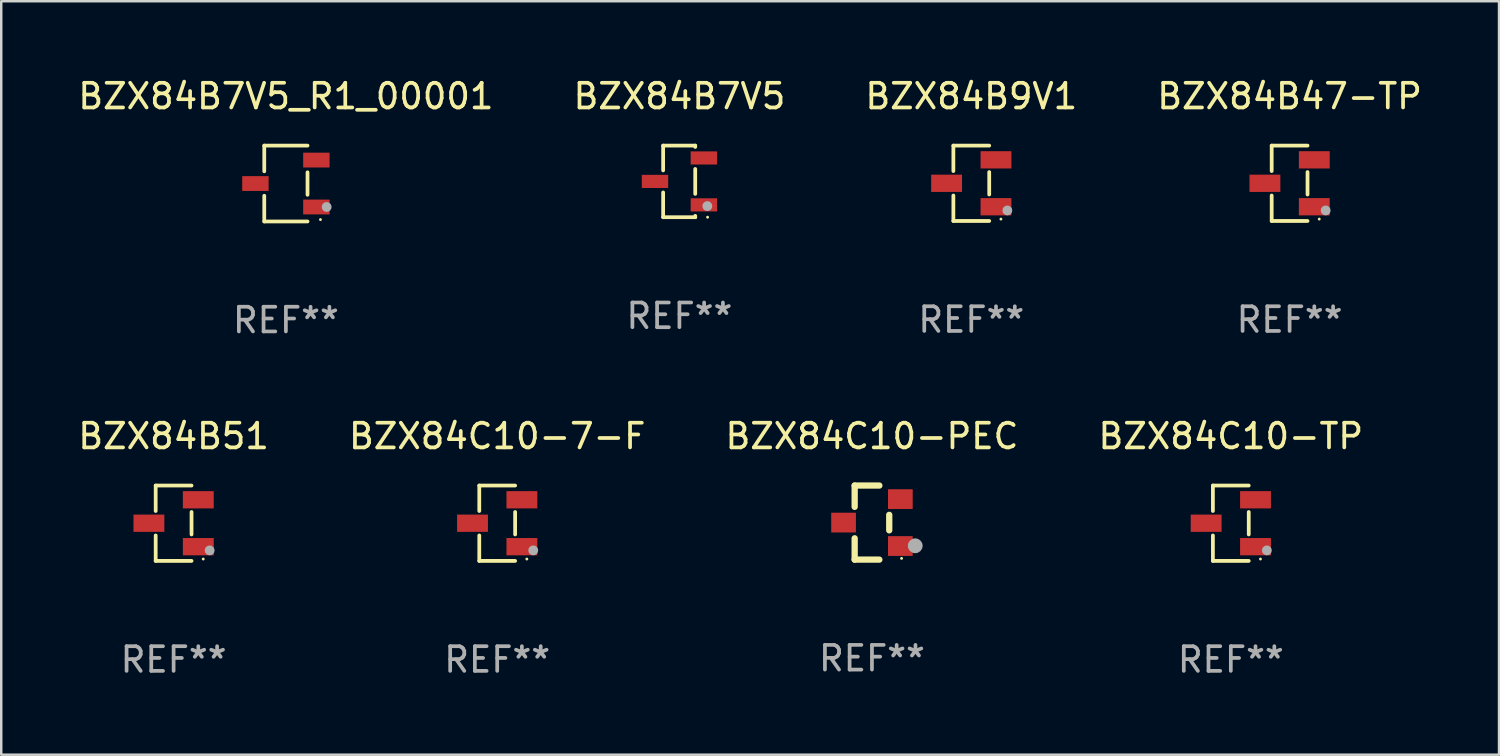
<source format=kicad_pcb>
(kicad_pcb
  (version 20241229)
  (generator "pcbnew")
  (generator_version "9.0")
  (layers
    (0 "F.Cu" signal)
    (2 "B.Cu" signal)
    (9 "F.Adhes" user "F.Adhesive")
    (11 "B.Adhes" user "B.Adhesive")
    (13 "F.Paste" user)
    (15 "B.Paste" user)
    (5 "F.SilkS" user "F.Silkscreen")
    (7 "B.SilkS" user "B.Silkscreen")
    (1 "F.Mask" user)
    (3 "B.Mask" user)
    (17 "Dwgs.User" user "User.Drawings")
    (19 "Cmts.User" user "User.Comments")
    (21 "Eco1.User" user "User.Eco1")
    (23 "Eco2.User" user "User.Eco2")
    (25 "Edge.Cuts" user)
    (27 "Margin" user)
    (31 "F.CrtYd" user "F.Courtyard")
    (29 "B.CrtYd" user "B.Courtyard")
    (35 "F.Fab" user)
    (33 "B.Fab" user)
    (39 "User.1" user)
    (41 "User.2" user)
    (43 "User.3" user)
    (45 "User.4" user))
  (footprint "BZX84B7V5_R1_00001"
    (layer "F.Cu")
    (at 8.53 4.384)
    (property "Reference" "BZX84B7V5_R1_00001" (at 0 -3.536 0) (layer "F.SilkS") (effects (font (size 1 1) (thickness 0.15))))
    (attr through_hole)
    (fp_line (start -0.876 -1.536) (end -0.876 -0.495) (stroke (width 0.152) (type solid)) (layer "F.SilkS"))
    (fp_line (start -0.876 1.536) (end -0.876 0.495) (stroke (width 0.152) (type solid)) (layer "F.SilkS"))
    (fp_line (start 0.876 -1.536) (end -0.876 -1.536) (stroke (width 0.152) (type solid)) (layer "F.SilkS"))
    (fp_line (start 0.876 -0.455) (end 0.876 0.455) (stroke (width 0.152) (type solid)) (layer "F.SilkS"))
    (fp_line (start 0.876 1.536) (end -0.876 1.536) (stroke (width 0.152) (type solid)) (layer "F.SilkS"))
    (fp_circle (center 1.4 1.46) (end 1.43 1.46) (stroke (width 0.06) (type solid)) (fill no) (layer "F.SilkS"))
    (fp_circle (center 1.651 0.95) (end 1.751 0.95) (stroke (width 0.2) (type solid)) (fill no) (layer "F.Fab"))
    (fp_text user "REF**" (at 0 5.536 0) (layer "F.Fab") (effects (font (size 1 1) (thickness 0.15))))
    (pad "1" smd rect (at 1.235 0.95) (size 1.07 0.6) (layers "F.Cu" "F.Mask" "F.Paste"))
    (pad "2" smd rect (at 1.235 -0.95) (size 1.07 0.6) (layers "F.Cu" "F.Mask" "F.Paste"))
    (pad "3" smd rect (at -1.235 0) (size 1.07 0.6) (layers "F.Cu" "F.Mask" "F.Paste")))
  (footprint "BZX84B9V1"
    (layer "F.Cu")
    (at 36.292 4.374)
    (property "Reference" "BZX84B9V1" (at 0 -3.526 0) (layer "F.SilkS") (effects (font (size 1 1) (thickness 0.15))))
    (attr through_hole)
    (fp_line (start -0.726 -1.526) (end -0.726 -0.495) (stroke (width 0.152) (type solid)) (layer "F.SilkS"))
    (fp_line (start -0.726 1.526) (end -0.726 0.495) (stroke (width 0.152) (type solid)) (layer "F.SilkS"))
    (fp_line (start 0.726 -1.526) (end -0.726 -1.526) (stroke (width 0.152) (type solid)) (layer "F.SilkS"))
    (fp_line (start 0.726 -0.455) (end 0.726 0.455) (stroke (width 0.152) (type solid)) (layer "F.SilkS"))
    (fp_line (start 0.726 1.526) (end -0.726 1.526) (stroke (width 0.152) (type solid)) (layer "F.SilkS"))
    (fp_circle (center 1.2 1.45) (end 1.23 1.45) (stroke (width 0.06) (type solid)) (fill no) (layer "F.SilkS"))
    (fp_circle (center 1.46 1.1) (end 1.56 1.1) (stroke (width 0.2) (type solid)) (fill no) (layer "F.Fab"))
    (fp_text user "REF**" (at 0 5.526 0) (layer "F.Fab") (effects (font (size 1 1) (thickness 0.15))))
    (pad "1" smd rect (at 1 0.95) (size 1.25 0.7) (layers "F.Cu" "F.Mask" "F.Paste"))
    (pad "2" smd rect (at 1 -0.95) (size 1.25 0.7) (layers "F.Cu" "F.Mask" "F.Paste"))
    (pad "3" smd rect (at -1 0) (size 1.25 0.7) (layers "F.Cu" "F.Mask" "F.Paste")))
  (footprint "BZX84B7V5"
    (layer "F.Cu")
    (at 24.47 4.298)
    (property "Reference" "BZX84B7V5" (at 0 -3.45 0) (layer "F.SilkS") (effects (font (size 1 1) (thickness 0.15))))
    (attr through_hole)
    (fp_line (start -0.66 -1.45) (end -0.66 -0.446) (stroke (width 0.152) (type solid)) (layer "F.SilkS"))
    (fp_line (start -0.66 0.446) (end -0.66 1.45) (stroke (width 0.152) (type solid)) (layer "F.SilkS"))
    (fp_line (start -0.66 1.45) (end 0.64 1.45) (stroke (width 0.152) (type solid)) (layer "F.SilkS"))
    (fp_line (start 0.64 -1.45) (end -0.66 -1.45) (stroke (width 0.152) (type solid)) (layer "F.SilkS"))
    (fp_line (start 0.64 -1.396) (end 0.64 -1.45) (stroke (width 0.152) (type solid)) (layer "F.SilkS"))
    (fp_line (start 0.64 0.504) (end 0.64 -0.504) (stroke (width 0.152) (type solid)) (layer "F.SilkS"))
    (fp_line (start 0.64 1.45) (end 0.64 1.396) (stroke (width 0.152) (type solid)) (layer "F.SilkS"))
    (fp_circle (center 1.14 1.45) (end 1.17 1.45) (stroke (width 0.06) (type solid)) (fill no) (layer "F.SilkS"))
    (fp_circle (center 1.13 1) (end 1.23 1) (stroke (width 0.2) (type solid)) (fill no) (layer "F.Fab"))
    (fp_text user "REF**" (at 0 5.45 0) (layer "F.Fab") (effects (font (size 1 1) (thickness 0.15))))
    (pad "1" smd rect (at 0.99 0.95) (size 1.07 0.532) (layers "F.Cu" "F.Mask" "F.Paste"))
    (pad "2" smd rect (at 0.99 -0.95) (size 1.07 0.532) (layers "F.Cu" "F.Mask" "F.Paste"))
    (pad "3" smd rect (at -0.99 -0.000013) (size 1.07 0.532) (layers "F.Cu" "F.Mask" "F.Paste")))
  (footprint "BZX84B51"
    (layer "F.Cu")
    (at 3.982 18.143)
    (property "Reference" "BZX84B51" (at 0 -3.526 0) (layer "F.SilkS") (effects (font (size 1 1) (thickness 0.15))))
    (attr through_hole)
    (fp_line (start -0.726 -1.526) (end -0.726 -0.495) (stroke (width 0.152) (type solid)) (layer "F.SilkS"))
    (fp_line (start -0.726 1.526) (end -0.726 0.495) (stroke (width 0.152) (type solid)) (layer "F.SilkS"))
    (fp_line (start 0.726 -1.526) (end -0.726 -1.526) (stroke (width 0.152) (type solid)) (layer "F.SilkS"))
    (fp_line (start 0.726 -0.455) (end 0.726 0.455) (stroke (width 0.152) (type solid)) (layer "F.SilkS"))
    (fp_line (start 0.726 1.526) (end -0.726 1.526) (stroke (width 0.152) (type solid)) (layer "F.SilkS"))
    (fp_circle (center 1.2 1.45) (end 1.23 1.45) (stroke (width 0.06) (type solid)) (fill no) (layer "F.SilkS"))
    (fp_circle (center 1.46 1.1) (end 1.56 1.1) (stroke (width 0.2) (type solid)) (fill no) (layer "F.Fab"))
    (fp_text user "REF**" (at 0 5.526 0) (layer "F.Fab") (effects (font (size 1 1) (thickness 0.15))))
    (pad "1" smd rect (at 1 0.95) (size 1.25 0.7) (layers "F.Cu" "F.Mask" "F.Paste"))
    (pad "2" smd rect (at 1 -0.95) (size 1.25 0.7) (layers "F.Cu" "F.Mask" "F.Paste"))
    (pad "3" smd rect (at -1 0) (size 1.25 0.7) (layers "F.Cu" "F.Mask" "F.Paste")))
  (footprint "BZX84C10-PEC"
    (layer "F.Cu")
    (at 32.268 18.117)
    (property "Reference" "BZX84C10-PEC" (at 0 -3.5 0) (layer "F.SilkS") (effects (font (size 1 1) (thickness 0.15))))
    (attr through_hole)
    (fp_line (start -0.7 -1.5) (end 0.3 -1.5) (stroke (width 0.254) (type solid)) (layer "F.SilkS"))
    (fp_line (start -0.7 -0.636) (end -0.7 -1.5) (stroke (width 0.254) (type solid)) (layer "F.SilkS"))
    (fp_line (start -0.7 1.5) (end -0.7 0.636) (stroke (width 0.254) (type solid)) (layer "F.SilkS"))
    (fp_line (start -0.7 1.5) (end 0.3 1.5) (stroke (width 0.254) (type solid)) (layer "F.SilkS"))
    (fp_line (start 0.7 0.314) (end 0.7 -0.314) (stroke (width 0.254) (type solid)) (layer "F.SilkS"))
    (fp_circle (center 1.2 1.45) (end 1.23 1.45) (stroke (width 0.06) (type solid)) (fill no) (layer "F.SilkS"))
    (fp_circle (center 1.753 0.94) (end 1.903 0.94) (stroke (width 0.3) (type solid)) (fill no) (layer "F.Fab"))
    (fp_text user "REF**" (at 0 5.5 0) (layer "F.Fab") (effects (font (size 1 1) (thickness 0.15))))
    (pad "1" smd rect (at 1.15 0.95 180) (size 1 0.8) (layers "F.Cu" "F.Mask" "F.Paste"))
    (pad "2" smd rect (at 1.15 -0.95 180) (size 1 0.8) (layers "F.Cu" "F.Mask" "F.Paste"))
    (pad "3" smd rect (at -1.15 -0.000051 180) (size 1 0.8) (layers "F.Cu" "F.Mask" "F.Paste")))
  (footprint "BZX84C10-TP"
    (layer "F.Cu")
    (at 46.804 18.143)
    (property "Reference" "BZX84C10-TP" (at 0 -3.526 0) (layer "F.SilkS") (effects (font (size 1 1) (thickness 0.15))))
    (attr through_hole)
    (fp_line (start -0.726 -1.526) (end -0.726 -0.495) (stroke (width 0.152) (type solid)) (layer "F.SilkS"))
    (fp_line (start -0.726 1.526) (end -0.726 0.495) (stroke (width 0.152) (type solid)) (layer "F.SilkS"))
    (fp_line (start 0.726 -1.526) (end -0.726 -1.526) (stroke (width 0.152) (type solid)) (layer "F.SilkS"))
    (fp_line (start 0.726 -0.455) (end 0.726 0.455) (stroke (width 0.152) (type solid)) (layer "F.SilkS"))
    (fp_line (start 0.726 1.526) (end -0.726 1.526) (stroke (width 0.152) (type solid)) (layer "F.SilkS"))
    (fp_circle (center 1.2 1.45) (end 1.23 1.45) (stroke (width 0.06) (type solid)) (fill no) (layer "F.SilkS"))
    (fp_circle (center 1.46 1.1) (end 1.56 1.1) (stroke (width 0.2) (type solid)) (fill no) (layer "F.Fab"))
    (fp_text user "REF**" (at 0 5.526 0) (layer "F.Fab") (effects (font (size 1 1) (thickness 0.15))))
    (pad "1" smd rect (at 1 0.95) (size 1.25 0.7) (layers "F.Cu" "F.Mask" "F.Paste"))
    (pad "2" smd rect (at 1 -0.95) (size 1.25 0.7) (layers "F.Cu" "F.Mask" "F.Paste"))
    (pad "3" smd rect (at -1 0) (size 1.25 0.7) (layers "F.Cu" "F.Mask" "F.Paste")))
  (footprint "BZX84B47-TP"
    (layer "F.Cu")
    (at 49.185 4.374)
    (property "Reference" "BZX84B47-TP" (at 0 -3.526 0) (layer "F.SilkS") (effects (font (size 1 1) (thickness 0.15))))
    (attr through_hole)
    (fp_line (start -0.726 -1.526) (end -0.726 -0.495) (stroke (width 0.152) (type solid)) (layer "F.SilkS"))
    (fp_line (start -0.726 1.526) (end -0.726 0.495) (stroke (width 0.152) (type solid)) (layer "F.SilkS"))
    (fp_line (start 0.726 -1.526) (end -0.726 -1.526) (stroke (width 0.152) (type solid)) (layer "F.SilkS"))
    (fp_line (start 0.726 -0.455) (end 0.726 0.455) (stroke (width 0.152) (type solid)) (layer "F.SilkS"))
    (fp_line (start 0.726 1.526) (end -0.726 1.526) (stroke (width 0.152) (type solid)) (layer "F.SilkS"))
    (fp_circle (center 1.2 1.45) (end 1.23 1.45) (stroke (width 0.06) (type solid)) (fill no) (layer "F.SilkS"))
    (fp_circle (center 1.46 1.1) (end 1.56 1.1) (stroke (width 0.2) (type solid)) (fill no) (layer "F.Fab"))
    (fp_text user "REF**" (at 0 5.526 0) (layer "F.Fab") (effects (font (size 1 1) (thickness 0.15))))
    (pad "1" smd rect (at 1 0.95) (size 1.25 0.7) (layers "F.Cu" "F.Mask" "F.Paste"))
    (pad "2" smd rect (at 1 -0.95) (size 1.25 0.7) (layers "F.Cu" "F.Mask" "F.Paste"))
    (pad "3" smd rect (at -1 0) (size 1.25 0.7) (layers "F.Cu" "F.Mask" "F.Paste")))
  (footprint "BZX84C10-7-F"
    (layer "F.Cu")
    (at 17.089 18.143)
    (property "Reference" "BZX84C10-7-F" (at 0 -3.526 0) (layer "F.SilkS") (effects (font (size 1 1) (thickness 0.15))))
    (attr through_hole)
    (fp_line (start -0.726 -1.526) (end -0.726 -0.495) (stroke (width 0.152) (type solid)) (layer "F.SilkS"))
    (fp_line (start -0.726 1.526) (end -0.726 0.495) (stroke (width 0.152) (type solid)) (layer "F.SilkS"))
    (fp_line (start 0.726 -1.526) (end -0.726 -1.526) (stroke (width 0.152) (type solid)) (layer "F.SilkS"))
    (fp_line (start 0.726 -0.455) (end 0.726 0.455) (stroke (width 0.152) (type solid)) (layer "F.SilkS"))
    (fp_line (start 0.726 1.526) (end -0.726 1.526) (stroke (width 0.152) (type solid)) (layer "F.SilkS"))
    (fp_circle (center 1.2 1.45) (end 1.23 1.45) (stroke (width 0.06) (type solid)) (fill no) (layer "F.SilkS"))
    (fp_circle (center 1.46 1.1) (end 1.56 1.1) (stroke (width 0.2) (type solid)) (fill no) (layer "F.Fab"))
    (fp_text user "REF**" (at 0 5.526 0) (layer "F.Fab") (effects (font (size 1 1) (thickness 0.15))))
    (pad "1" smd rect (at 1 0.95) (size 1.25 0.7) (layers "F.Cu" "F.Mask" "F.Paste"))
    (pad "2" smd rect (at 1 -0.95) (size 1.25 0.7) (layers "F.Cu" "F.Mask" "F.Paste"))
    (pad "3" smd rect (at -1 0) (size 1.25 0.7) (layers "F.Cu" "F.Mask" "F.Paste")))
  (gr_rect
    (start -3 -3)
    (end 57.667 27.518)
    (stroke (width 0.1) (type default))
    (fill no)
    (layer "Edge.Cuts")))
</source>
